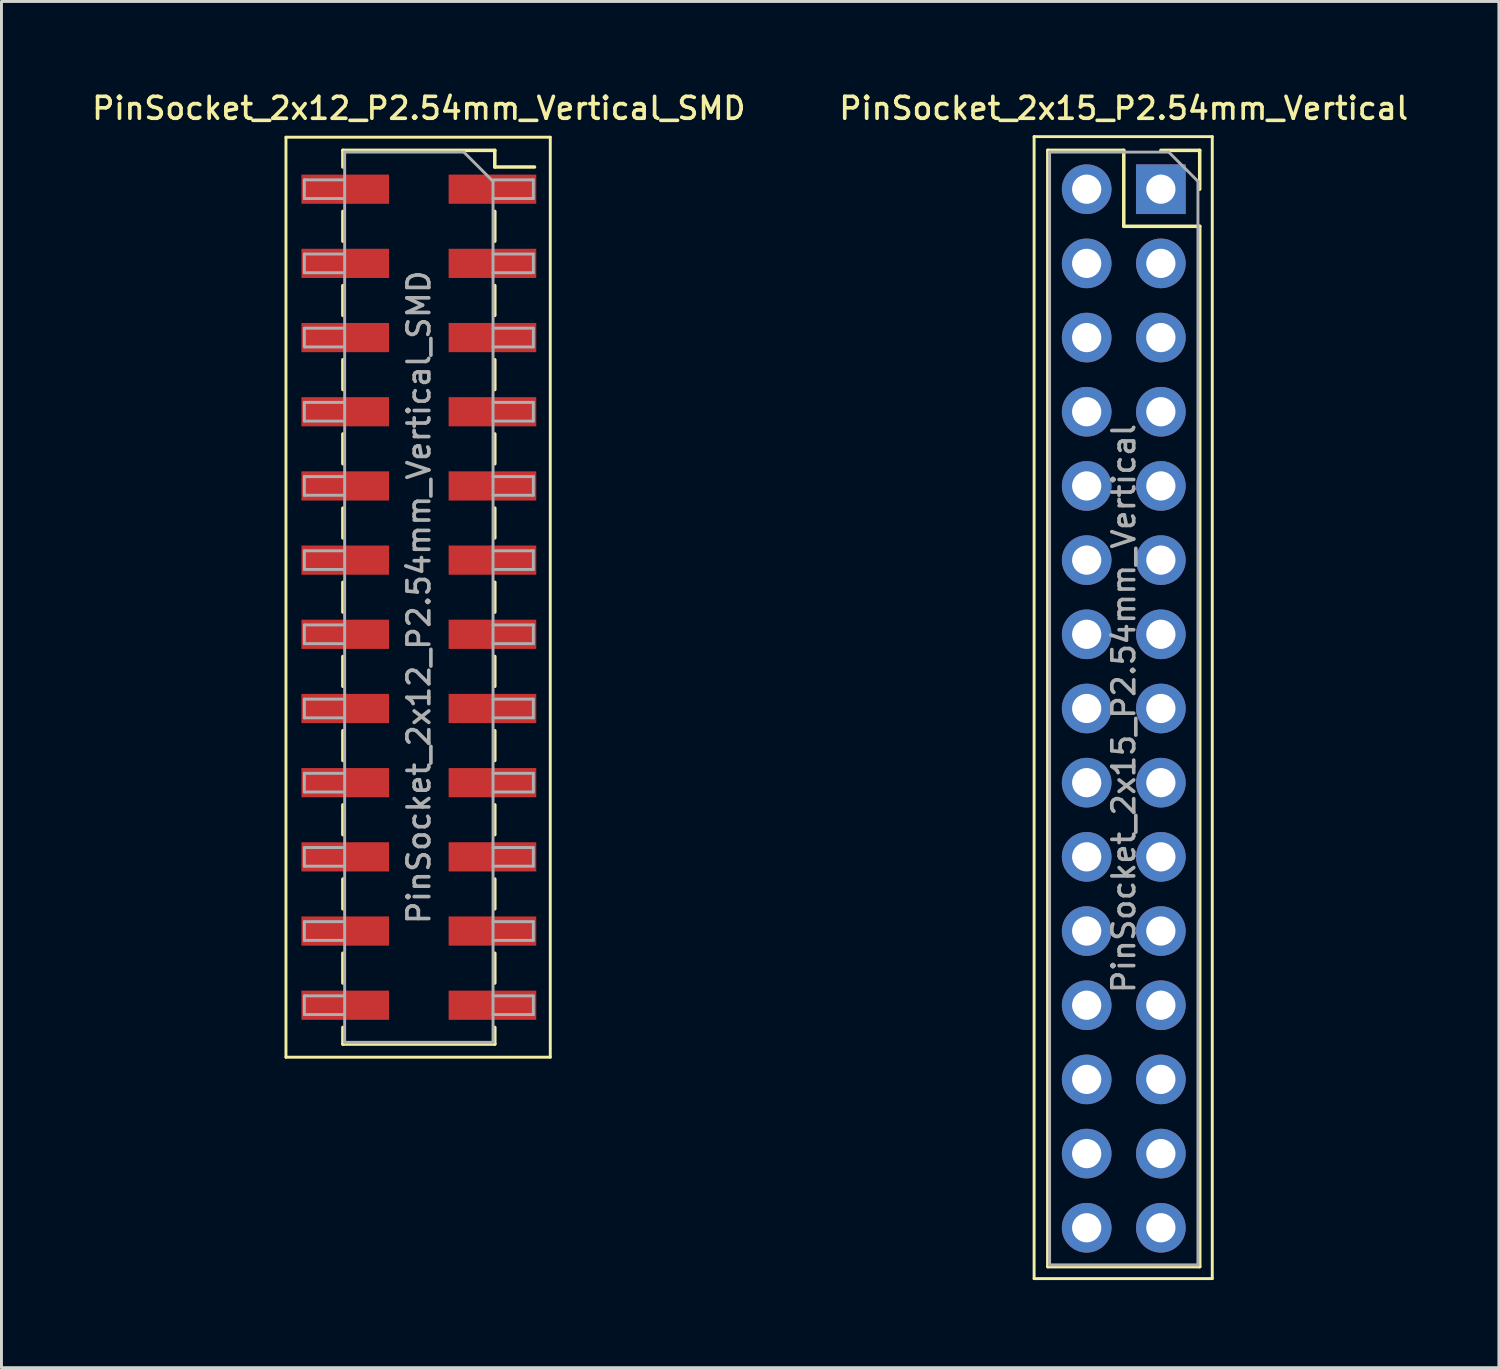
<source format=kicad_pcb>
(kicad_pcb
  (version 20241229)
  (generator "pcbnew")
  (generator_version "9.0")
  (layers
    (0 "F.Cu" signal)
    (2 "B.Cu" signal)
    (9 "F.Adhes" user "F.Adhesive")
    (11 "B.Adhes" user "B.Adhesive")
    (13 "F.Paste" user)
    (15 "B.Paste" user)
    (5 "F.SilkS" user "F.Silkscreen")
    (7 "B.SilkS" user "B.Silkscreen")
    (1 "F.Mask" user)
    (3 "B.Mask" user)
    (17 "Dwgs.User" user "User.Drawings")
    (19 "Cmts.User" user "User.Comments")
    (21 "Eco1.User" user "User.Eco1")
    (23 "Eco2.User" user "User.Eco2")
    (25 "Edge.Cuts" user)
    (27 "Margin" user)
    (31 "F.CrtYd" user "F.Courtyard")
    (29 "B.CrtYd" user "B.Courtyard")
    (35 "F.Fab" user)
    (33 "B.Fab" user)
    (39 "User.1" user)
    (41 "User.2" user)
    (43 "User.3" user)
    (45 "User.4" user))
  (footprint "PinSocket_2x15_P2.54mm_Vertical"
    (layer "F.Cu")
    (at 36.697 3.428)
    (property "Reference" "PinSocket_2x15_P2.54mm_Vertical" (at -1.27 -2.77 0) (layer "F.SilkS") (effects (font (size 0.75 0.75) (thickness 0.125))))
    (attr through_hole)
    (fp_line (start -4.34 -1.8) (end 1.76 -1.8) (stroke (width 0.1) (type solid)) (layer "F.SilkS"))
    (fp_line (start -4.34 37.3) (end -4.34 -1.8) (stroke (width 0.1) (type solid)) (layer "F.SilkS"))
    (fp_line (start -3.87 -1.33) (end -3.87 36.89) (stroke (width 0.12) (type solid)) (layer "F.SilkS"))
    (fp_line (start -3.87 -1.33) (end -1.27 -1.33) (stroke (width 0.12) (type solid)) (layer "F.SilkS"))
    (fp_line (start -3.87 36.89) (end 1.33 36.89) (stroke (width 0.12) (type solid)) (layer "F.SilkS"))
    (fp_line (start -1.27 -1.33) (end -1.27 1.27) (stroke (width 0.12) (type solid)) (layer "F.SilkS"))
    (fp_line (start -1.27 1.27) (end 1.33 1.27) (stroke (width 0.12) (type solid)) (layer "F.SilkS"))
    (fp_line (start 0 -1.33) (end 1.33 -1.33) (stroke (width 0.12) (type solid)) (layer "F.SilkS"))
    (fp_line (start 1.33 -1.33) (end 1.33 0) (stroke (width 0.12) (type solid)) (layer "F.SilkS"))
    (fp_line (start 1.33 1.27) (end 1.33 36.89) (stroke (width 0.12) (type solid)) (layer "F.SilkS"))
    (fp_line (start 1.76 -1.8) (end 1.76 37.3) (stroke (width 0.1) (type solid)) (layer "F.SilkS"))
    (fp_line (start 1.76 37.3) (end -4.34 37.3) (stroke (width 0.1) (type solid)) (layer "F.SilkS"))
    (fp_line (start -3.81 -1.27) (end 0.27 -1.27) (stroke (width 0.1) (type solid)) (layer "F.Fab"))
    (fp_line (start -3.81 36.83) (end -3.81 -1.27) (stroke (width 0.1) (type solid)) (layer "F.Fab"))
    (fp_line (start 0.27 -1.27) (end 1.27 -0.27) (stroke (width 0.1) (type solid)) (layer "F.Fab"))
    (fp_line (start 1.27 -0.27) (end 1.27 36.83) (stroke (width 0.1) (type solid)) (layer "F.Fab"))
    (fp_line (start 1.27 36.83) (end -3.81 36.83) (stroke (width 0.1) (type solid)) (layer "F.Fab"))
    (fp_text user "${REFERENCE}" (at -1.27 17.78 90) (layer "F.Fab") (effects (font (size 0.75 0.75) (thickness 0.125))))
    (pad "1" thru_hole rect (at 0 0) (size 1.7 1.7) (drill 1) (layers "*.Cu" "*.Mask"))
    (pad "2" thru_hole oval (at -2.54 0) (size 1.7 1.7) (drill 1) (layers "*.Cu" "*.Mask"))
    (pad "3" thru_hole oval (at 0 2.54) (size 1.7 1.7) (drill 1) (layers "*.Cu" "*.Mask"))
    (pad "4" thru_hole oval (at -2.54 2.54) (size 1.7 1.7) (drill 1) (layers "*.Cu" "*.Mask"))
    (pad "5" thru_hole oval (at 0 5.08) (size 1.7 1.7) (drill 1) (layers "*.Cu" "*.Mask"))
    (pad "6" thru_hole oval (at -2.54 5.08) (size 1.7 1.7) (drill 1) (layers "*.Cu" "*.Mask"))
    (pad "7" thru_hole oval (at 0 7.62) (size 1.7 1.7) (drill 1) (layers "*.Cu" "*.Mask"))
    (pad "8" thru_hole oval (at -2.54 7.62) (size 1.7 1.7) (drill 1) (layers "*.Cu" "*.Mask"))
    (pad "9" thru_hole oval (at 0 10.16) (size 1.7 1.7) (drill 1) (layers "*.Cu" "*.Mask"))
    (pad "10" thru_hole oval (at -2.54 10.16) (size 1.7 1.7) (drill 1) (layers "*.Cu" "*.Mask"))
    (pad "11" thru_hole oval (at 0 12.7) (size 1.7 1.7) (drill 1) (layers "*.Cu" "*.Mask"))
    (pad "12" thru_hole oval (at -2.54 12.7) (size 1.7 1.7) (drill 1) (layers "*.Cu" "*.Mask"))
    (pad "13" thru_hole oval (at 0 15.24) (size 1.7 1.7) (drill 1) (layers "*.Cu" "*.Mask"))
    (pad "14" thru_hole oval (at -2.54 15.24) (size 1.7 1.7) (drill 1) (layers "*.Cu" "*.Mask"))
    (pad "15" thru_hole oval (at 0 17.78) (size 1.7 1.7) (drill 1) (layers "*.Cu" "*.Mask"))
    (pad "16" thru_hole oval (at -2.54 17.78) (size 1.7 1.7) (drill 1) (layers "*.Cu" "*.Mask"))
    (pad "17" thru_hole oval (at 0 20.32) (size 1.7 1.7) (drill 1) (layers "*.Cu" "*.Mask"))
    (pad "18" thru_hole oval (at -2.54 20.32) (size 1.7 1.7) (drill 1) (layers "*.Cu" "*.Mask"))
    (pad "19" thru_hole oval (at 0 22.86) (size 1.7 1.7) (drill 1) (layers "*.Cu" "*.Mask"))
    (pad "20" thru_hole oval (at -2.54 22.86) (size 1.7 1.7) (drill 1) (layers "*.Cu" "*.Mask"))
    (pad "21" thru_hole oval (at 0 25.4) (size 1.7 1.7) (drill 1) (layers "*.Cu" "*.Mask"))
    (pad "22" thru_hole oval (at -2.54 25.4) (size 1.7 1.7) (drill 1) (layers "*.Cu" "*.Mask"))
    (pad "23" thru_hole oval (at 0 27.94) (size 1.7 1.7) (drill 1) (layers "*.Cu" "*.Mask"))
    (pad "24" thru_hole oval (at -2.54 27.94) (size 1.7 1.7) (drill 1) (layers "*.Cu" "*.Mask"))
    (pad "25" thru_hole oval (at 0 30.48) (size 1.7 1.7) (drill 1) (layers "*.Cu" "*.Mask"))
    (pad "26" thru_hole oval (at -2.54 30.48) (size 1.7 1.7) (drill 1) (layers "*.Cu" "*.Mask"))
    (pad "27" thru_hole oval (at 0 33.02) (size 1.7 1.7) (drill 1) (layers "*.Cu" "*.Mask"))
    (pad "28" thru_hole oval (at -2.54 33.02) (size 1.7 1.7) (drill 1) (layers "*.Cu" "*.Mask"))
    (pad "29" thru_hole oval (at 0 35.56) (size 1.7 1.7) (drill 1) (layers "*.Cu" "*.Mask"))
    (pad "30" thru_hole oval (at -2.54 35.56) (size 1.7 1.7) (drill 1) (layers "*.Cu" "*.Mask")))
  (footprint "PinSocket_2x12_P2.54mm_Vertical_SMD"
    (layer "F.Cu")
    (at 11.291 17.398)
    (property "Reference" "PinSocket_2x12_P2.54mm_Vertical_SMD" (at 0 -16.74 0) (layer "F.SilkS") (effects (font (size 0.75 0.75) (thickness 0.125))))
    (attr smd)
    (fp_line (start -4.55 -15.75) (end 4.5 -15.75) (stroke (width 0.1) (type solid)) (layer "F.SilkS"))
    (fp_line (start -4.55 15.75) (end -4.55 -15.75) (stroke (width 0.1) (type solid)) (layer "F.SilkS"))
    (fp_line (start -2.6 -15.3) (end -2.6 -14.73) (stroke (width 0.12) (type solid)) (layer "F.SilkS"))
    (fp_line (start -2.6 -15.3) (end 2.6 -15.3) (stroke (width 0.12) (type solid)) (layer "F.SilkS"))
    (fp_line (start -2.6 -13.21) (end -2.6 -12.19) (stroke (width 0.12) (type solid)) (layer "F.SilkS"))
    (fp_line (start -2.6 -10.67) (end -2.6 -9.65) (stroke (width 0.12) (type solid)) (layer "F.SilkS"))
    (fp_line (start -2.6 -8.13) (end -2.6 -7.11) (stroke (width 0.12) (type solid)) (layer "F.SilkS"))
    (fp_line (start -2.6 -5.59) (end -2.6 -4.57) (stroke (width 0.12) (type solid)) (layer "F.SilkS"))
    (fp_line (start -2.6 -3.05) (end -2.6 -2.03) (stroke (width 0.12) (type solid)) (layer "F.SilkS"))
    (fp_line (start -2.6 -0.51) (end -2.6 0.51) (stroke (width 0.12) (type solid)) (layer "F.SilkS"))
    (fp_line (start -2.6 2.03) (end -2.6 3.05) (stroke (width 0.12) (type solid)) (layer "F.SilkS"))
    (fp_line (start -2.6 4.57) (end -2.6 5.59) (stroke (width 0.12) (type solid)) (layer "F.SilkS"))
    (fp_line (start -2.6 7.11) (end -2.6 8.13) (stroke (width 0.12) (type solid)) (layer "F.SilkS"))
    (fp_line (start -2.6 9.65) (end -2.6 10.67) (stroke (width 0.12) (type solid)) (layer "F.SilkS"))
    (fp_line (start -2.6 12.19) (end -2.6 13.21) (stroke (width 0.12) (type solid)) (layer "F.SilkS"))
    (fp_line (start -2.6 14.73) (end -2.6 15.3) (stroke (width 0.12) (type solid)) (layer "F.SilkS"))
    (fp_line (start -2.6 15.3) (end 2.6 15.3) (stroke (width 0.12) (type solid)) (layer "F.SilkS"))
    (fp_line (start 2.6 -15.3) (end 2.6 -14.73) (stroke (width 0.12) (type solid)) (layer "F.SilkS"))
    (fp_line (start 2.6 -14.73) (end 3.96 -14.73) (stroke (width 0.12) (type solid)) (layer "F.SilkS"))
    (fp_line (start 2.6 -13.21) (end 2.6 -12.19) (stroke (width 0.12) (type solid)) (layer "F.SilkS"))
    (fp_line (start 2.6 -10.67) (end 2.6 -9.65) (stroke (width 0.12) (type solid)) (layer "F.SilkS"))
    (fp_line (start 2.6 -8.13) (end 2.6 -7.11) (stroke (width 0.12) (type solid)) (layer "F.SilkS"))
    (fp_line (start 2.6 -5.59) (end 2.6 -4.57) (stroke (width 0.12) (type solid)) (layer "F.SilkS"))
    (fp_line (start 2.6 -3.05) (end 2.6 -2.03) (stroke (width 0.12) (type solid)) (layer "F.SilkS"))
    (fp_line (start 2.6 -0.51) (end 2.6 0.51) (stroke (width 0.12) (type solid)) (layer "F.SilkS"))
    (fp_line (start 2.6 2.03) (end 2.6 3.05) (stroke (width 0.12) (type solid)) (layer "F.SilkS"))
    (fp_line (start 2.6 4.57) (end 2.6 5.59) (stroke (width 0.12) (type solid)) (layer "F.SilkS"))
    (fp_line (start 2.6 7.11) (end 2.6 8.13) (stroke (width 0.12) (type solid)) (layer "F.SilkS"))
    (fp_line (start 2.6 9.65) (end 2.6 10.67) (stroke (width 0.12) (type solid)) (layer "F.SilkS"))
    (fp_line (start 2.6 12.19) (end 2.6 13.21) (stroke (width 0.12) (type solid)) (layer "F.SilkS"))
    (fp_line (start 2.6 14.73) (end 2.6 15.3) (stroke (width 0.12) (type solid)) (layer "F.SilkS"))
    (fp_line (start 4.5 -15.75) (end 4.5 15.75) (stroke (width 0.1) (type solid)) (layer "F.SilkS"))
    (fp_line (start 4.5 15.75) (end -4.55 15.75) (stroke (width 0.1) (type solid)) (layer "F.SilkS"))
    (fp_line (start -3.92 -14.29) (end -2.54 -14.29) (stroke (width 0.1) (type solid)) (layer "F.Fab"))
    (fp_line (start -3.92 -13.65) (end -3.92 -14.29) (stroke (width 0.1) (type solid)) (layer "F.Fab"))
    (fp_line (start -3.92 -11.75) (end -2.54 -11.75) (stroke (width 0.1) (type solid)) (layer "F.Fab"))
    (fp_line (start -3.92 -11.11) (end -3.92 -11.75) (stroke (width 0.1) (type solid)) (layer "F.Fab"))
    (fp_line (start -3.92 -9.21) (end -2.54 -9.21) (stroke (width 0.1) (type solid)) (layer "F.Fab"))
    (fp_line (start -3.92 -8.57) (end -3.92 -9.21) (stroke (width 0.1) (type solid)) (layer "F.Fab"))
    (fp_line (start -3.92 -6.67) (end -2.54 -6.67) (stroke (width 0.1) (type solid)) (layer "F.Fab"))
    (fp_line (start -3.92 -6.03) (end -3.92 -6.67) (stroke (width 0.1) (type solid)) (layer "F.Fab"))
    (fp_line (start -3.92 -4.13) (end -2.54 -4.13) (stroke (width 0.1) (type solid)) (layer "F.Fab"))
    (fp_line (start -3.92 -3.49) (end -3.92 -4.13) (stroke (width 0.1) (type solid)) (layer "F.Fab"))
    (fp_line (start -3.92 -1.59) (end -2.54 -1.59) (stroke (width 0.1) (type solid)) (layer "F.Fab"))
    (fp_line (start -3.92 -0.95) (end -3.92 -1.59) (stroke (width 0.1) (type solid)) (layer "F.Fab"))
    (fp_line (start -3.92 0.95) (end -2.54 0.95) (stroke (width 0.1) (type solid)) (layer "F.Fab"))
    (fp_line (start -3.92 1.59) (end -3.92 0.95) (stroke (width 0.1) (type solid)) (layer "F.Fab"))
    (fp_line (start -3.92 3.49) (end -2.54 3.49) (stroke (width 0.1) (type solid)) (layer "F.Fab"))
    (fp_line (start -3.92 4.13) (end -3.92 3.49) (stroke (width 0.1) (type solid)) (layer "F.Fab"))
    (fp_line (start -3.92 6.03) (end -2.54 6.03) (stroke (width 0.1) (type solid)) (layer "F.Fab"))
    (fp_line (start -3.92 6.67) (end -3.92 6.03) (stroke (width 0.1) (type solid)) (layer "F.Fab"))
    (fp_line (start -3.92 8.57) (end -2.54 8.57) (stroke (width 0.1) (type solid)) (layer "F.Fab"))
    (fp_line (start -3.92 9.21) (end -3.92 8.57) (stroke (width 0.1) (type solid)) (layer "F.Fab"))
    (fp_line (start -3.92 11.11) (end -2.54 11.11) (stroke (width 0.1) (type solid)) (layer "F.Fab"))
    (fp_line (start -3.92 11.75) (end -3.92 11.11) (stroke (width 0.1) (type solid)) (layer "F.Fab"))
    (fp_line (start -3.92 13.65) (end -2.54 13.65) (stroke (width 0.1) (type solid)) (layer "F.Fab"))
    (fp_line (start -3.92 14.29) (end -3.92 13.65) (stroke (width 0.1) (type solid)) (layer "F.Fab"))
    (fp_line (start -2.54 -15.24) (end 1.54 -15.24) (stroke (width 0.1) (type solid)) (layer "F.Fab"))
    (fp_line (start -2.54 -13.65) (end -3.92 -13.65) (stroke (width 0.1) (type solid)) (layer "F.Fab"))
    (fp_line (start -2.54 -11.11) (end -3.92 -11.11) (stroke (width 0.1) (type solid)) (layer "F.Fab"))
    (fp_line (start -2.54 -8.57) (end -3.92 -8.57) (stroke (width 0.1) (type solid)) (layer "F.Fab"))
    (fp_line (start -2.54 -6.03) (end -3.92 -6.03) (stroke (width 0.1) (type solid)) (layer "F.Fab"))
    (fp_line (start -2.54 -3.49) (end -3.92 -3.49) (stroke (width 0.1) (type solid)) (layer "F.Fab"))
    (fp_line (start -2.54 -0.95) (end -3.92 -0.95) (stroke (width 0.1) (type solid)) (layer "F.Fab"))
    (fp_line (start -2.54 1.59) (end -3.92 1.59) (stroke (width 0.1) (type solid)) (layer "F.Fab"))
    (fp_line (start -2.54 4.13) (end -3.92 4.13) (stroke (width 0.1) (type solid)) (layer "F.Fab"))
    (fp_line (start -2.54 6.67) (end -3.92 6.67) (stroke (width 0.1) (type solid)) (layer "F.Fab"))
    (fp_line (start -2.54 9.21) (end -3.92 9.21) (stroke (width 0.1) (type solid)) (layer "F.Fab"))
    (fp_line (start -2.54 11.75) (end -3.92 11.75) (stroke (width 0.1) (type solid)) (layer "F.Fab"))
    (fp_line (start -2.54 14.29) (end -3.92 14.29) (stroke (width 0.1) (type solid)) (layer "F.Fab"))
    (fp_line (start -2.54 15.24) (end -2.54 -15.24) (stroke (width 0.1) (type solid)) (layer "F.Fab"))
    (fp_line (start 1.54 -15.24) (end 2.54 -14.24) (stroke (width 0.1) (type solid)) (layer "F.Fab"))
    (fp_line (start 2.54 -14.29) (end 3.92 -14.29) (stroke (width 0.1) (type solid)) (layer "F.Fab"))
    (fp_line (start 2.54 -14.24) (end 2.54 15.24) (stroke (width 0.1) (type solid)) (layer "F.Fab"))
    (fp_line (start 2.54 -11.75) (end 3.92 -11.75) (stroke (width 0.1) (type solid)) (layer "F.Fab"))
    (fp_line (start 2.54 -9.21) (end 3.92 -9.21) (stroke (width 0.1) (type solid)) (layer "F.Fab"))
    (fp_line (start 2.54 -6.67) (end 3.92 -6.67) (stroke (width 0.1) (type solid)) (layer "F.Fab"))
    (fp_line (start 2.54 -4.13) (end 3.92 -4.13) (stroke (width 0.1) (type solid)) (layer "F.Fab"))
    (fp_line (start 2.54 -1.59) (end 3.92 -1.59) (stroke (width 0.1) (type solid)) (layer "F.Fab"))
    (fp_line (start 2.54 0.95) (end 3.92 0.95) (stroke (width 0.1) (type solid)) (layer "F.Fab"))
    (fp_line (start 2.54 3.49) (end 3.92 3.49) (stroke (width 0.1) (type solid)) (layer "F.Fab"))
    (fp_line (start 2.54 6.03) (end 3.92 6.03) (stroke (width 0.1) (type solid)) (layer "F.Fab"))
    (fp_line (start 2.54 8.57) (end 3.92 8.57) (stroke (width 0.1) (type solid)) (layer "F.Fab"))
    (fp_line (start 2.54 11.11) (end 3.92 11.11) (stroke (width 0.1) (type solid)) (layer "F.Fab"))
    (fp_line (start 2.54 13.65) (end 3.92 13.65) (stroke (width 0.1) (type solid)) (layer "F.Fab"))
    (fp_line (start 2.54 15.24) (end -2.54 15.24) (stroke (width 0.1) (type solid)) (layer "F.Fab"))
    (fp_line (start 3.92 -14.29) (end 3.92 -13.65) (stroke (width 0.1) (type solid)) (layer "F.Fab"))
    (fp_line (start 3.92 -13.65) (end 2.54 -13.65) (stroke (width 0.1) (type solid)) (layer "F.Fab"))
    (fp_line (start 3.92 -11.75) (end 3.92 -11.11) (stroke (width 0.1) (type solid)) (layer "F.Fab"))
    (fp_line (start 3.92 -11.11) (end 2.54 -11.11) (stroke (width 0.1) (type solid)) (layer "F.Fab"))
    (fp_line (start 3.92 -9.21) (end 3.92 -8.57) (stroke (width 0.1) (type solid)) (layer "F.Fab"))
    (fp_line (start 3.92 -8.57) (end 2.54 -8.57) (stroke (width 0.1) (type solid)) (layer "F.Fab"))
    (fp_line (start 3.92 -6.67) (end 3.92 -6.03) (stroke (width 0.1) (type solid)) (layer "F.Fab"))
    (fp_line (start 3.92 -6.03) (end 2.54 -6.03) (stroke (width 0.1) (type solid)) (layer "F.Fab"))
    (fp_line (start 3.92 -4.13) (end 3.92 -3.49) (stroke (width 0.1) (type solid)) (layer "F.Fab"))
    (fp_line (start 3.92 -3.49) (end 2.54 -3.49) (stroke (width 0.1) (type solid)) (layer "F.Fab"))
    (fp_line (start 3.92 -1.59) (end 3.92 -0.95) (stroke (width 0.1) (type solid)) (layer "F.Fab"))
    (fp_line (start 3.92 -0.95) (end 2.54 -0.95) (stroke (width 0.1) (type solid)) (layer "F.Fab"))
    (fp_line (start 3.92 0.95) (end 3.92 1.59) (stroke (width 0.1) (type solid)) (layer "F.Fab"))
    (fp_line (start 3.92 1.59) (end 2.54 1.59) (stroke (width 0.1) (type solid)) (layer "F.Fab"))
    (fp_line (start 3.92 3.49) (end 3.92 4.13) (stroke (width 0.1) (type solid)) (layer "F.Fab"))
    (fp_line (start 3.92 4.13) (end 2.54 4.13) (stroke (width 0.1) (type solid)) (layer "F.Fab"))
    (fp_line (start 3.92 6.03) (end 3.92 6.67) (stroke (width 0.1) (type solid)) (layer "F.Fab"))
    (fp_line (start 3.92 6.67) (end 2.54 6.67) (stroke (width 0.1) (type solid)) (layer "F.Fab"))
    (fp_line (start 3.92 8.57) (end 3.92 9.21) (stroke (width 0.1) (type solid)) (layer "F.Fab"))
    (fp_line (start 3.92 9.21) (end 2.54 9.21) (stroke (width 0.1) (type solid)) (layer "F.Fab"))
    (fp_line (start 3.92 11.11) (end 3.92 11.75) (stroke (width 0.1) (type solid)) (layer "F.Fab"))
    (fp_line (start 3.92 11.75) (end 2.54 11.75) (stroke (width 0.1) (type solid)) (layer "F.Fab"))
    (fp_line (start 3.92 13.65) (end 3.92 14.29) (stroke (width 0.1) (type solid)) (layer "F.Fab"))
    (fp_line (start 3.92 14.29) (end 2.54 14.29) (stroke (width 0.1) (type solid)) (layer "F.Fab"))
    (fp_text user "${REFERENCE}" (at 0 0 90) (layer "F.Fab") (effects (font (size 0.75 0.75) (thickness 0.125))))
    (pad "1" smd rect (at 2.52 -13.97) (size 3 1) (layers "F.Cu" "F.Mask" "F.Paste"))
    (pad "2" smd rect (at -2.52 -13.97) (size 3 1) (layers "F.Cu" "F.Mask" "F.Paste"))
    (pad "3" smd rect (at 2.52 -11.43) (size 3 1) (layers "F.Cu" "F.Mask" "F.Paste"))
    (pad "4" smd rect (at -2.52 -11.43) (size 3 1) (layers "F.Cu" "F.Mask" "F.Paste"))
    (pad "5" smd rect (at 2.52 -8.89) (size 3 1) (layers "F.Cu" "F.Mask" "F.Paste"))
    (pad "6" smd rect (at -2.52 -8.89) (size 3 1) (layers "F.Cu" "F.Mask" "F.Paste"))
    (pad "7" smd rect (at 2.52 -6.35) (size 3 1) (layers "F.Cu" "F.Mask" "F.Paste"))
    (pad "8" smd rect (at -2.52 -6.35) (size 3 1) (layers "F.Cu" "F.Mask" "F.Paste"))
    (pad "9" smd rect (at 2.52 -3.81) (size 3 1) (layers "F.Cu" "F.Mask" "F.Paste"))
    (pad "10" smd rect (at -2.52 -3.81) (size 3 1) (layers "F.Cu" "F.Mask" "F.Paste"))
    (pad "11" smd rect (at 2.52 -1.27) (size 3 1) (layers "F.Cu" "F.Mask" "F.Paste"))
    (pad "12" smd rect (at -2.52 -1.27) (size 3 1) (layers "F.Cu" "F.Mask" "F.Paste"))
    (pad "13" smd rect (at 2.52 1.27) (size 3 1) (layers "F.Cu" "F.Mask" "F.Paste"))
    (pad "14" smd rect (at -2.52 1.27) (size 3 1) (layers "F.Cu" "F.Mask" "F.Paste"))
    (pad "15" smd rect (at 2.52 3.81) (size 3 1) (layers "F.Cu" "F.Mask" "F.Paste"))
    (pad "16" smd rect (at -2.52 3.81) (size 3 1) (layers "F.Cu" "F.Mask" "F.Paste"))
    (pad "17" smd rect (at 2.52 6.35) (size 3 1) (layers "F.Cu" "F.Mask" "F.Paste"))
    (pad "18" smd rect (at -2.52 6.35) (size 3 1) (layers "F.Cu" "F.Mask" "F.Paste"))
    (pad "19" smd rect (at 2.52 8.89) (size 3 1) (layers "F.Cu" "F.Mask" "F.Paste"))
    (pad "20" smd rect (at -2.52 8.89) (size 3 1) (layers "F.Cu" "F.Mask" "F.Paste"))
    (pad "21" smd rect (at 2.52 11.43) (size 3 1) (layers "F.Cu" "F.Mask" "F.Paste"))
    (pad "22" smd rect (at -2.52 11.43) (size 3 1) (layers "F.Cu" "F.Mask" "F.Paste"))
    (pad "23" smd rect (at 2.52 13.97) (size 3 1) (layers "F.Cu" "F.Mask" "F.Paste"))
    (pad "24" smd rect (at -2.52 13.97) (size 3 1) (layers "F.Cu" "F.Mask" "F.Paste")))
  (gr_rect
    (start -3 -3)
    (end 48.271 43.778)
    (stroke (width 0.1) (type default))
    (fill no)
    (layer "Edge.Cuts")))
</source>
